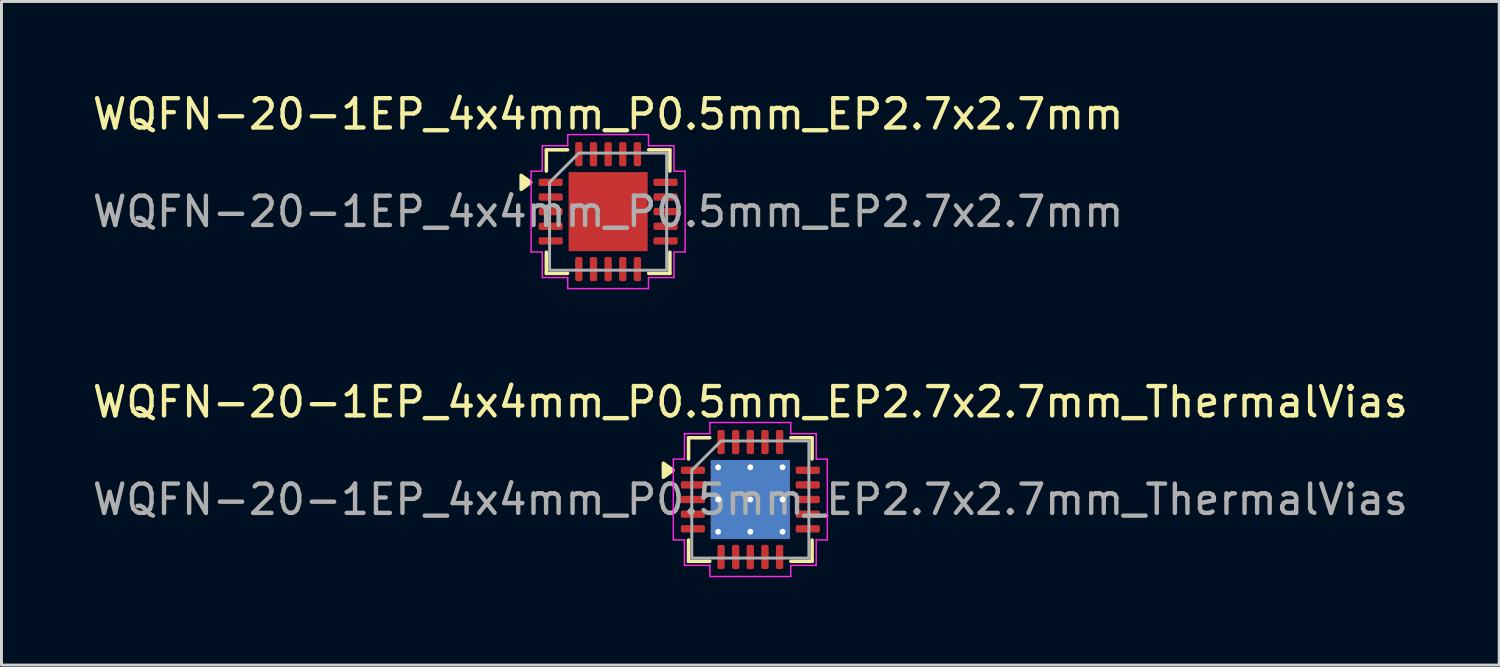
<source format=kicad_pcb>
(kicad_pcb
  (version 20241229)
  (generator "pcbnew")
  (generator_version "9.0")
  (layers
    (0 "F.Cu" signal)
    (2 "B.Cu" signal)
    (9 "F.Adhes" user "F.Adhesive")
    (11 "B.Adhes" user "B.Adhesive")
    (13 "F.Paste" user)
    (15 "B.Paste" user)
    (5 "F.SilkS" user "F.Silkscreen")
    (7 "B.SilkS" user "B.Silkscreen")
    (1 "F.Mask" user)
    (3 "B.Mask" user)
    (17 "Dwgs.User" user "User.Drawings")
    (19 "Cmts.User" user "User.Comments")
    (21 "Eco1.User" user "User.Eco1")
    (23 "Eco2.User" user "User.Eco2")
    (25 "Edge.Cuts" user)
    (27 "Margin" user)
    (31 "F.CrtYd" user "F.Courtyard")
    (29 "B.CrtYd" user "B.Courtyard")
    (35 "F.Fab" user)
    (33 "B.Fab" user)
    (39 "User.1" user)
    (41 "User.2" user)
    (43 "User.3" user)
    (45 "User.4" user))
  (footprint "WQFN-20-1EP_4x4mm_P0.5mm_EP2.7x2.7mm_ThermalVias"
    (layer "F.Cu")
    (at 22.577 14.011)
    (property "Reference" "WQFN-20-1EP_4x4mm_P0.5mm_EP2.7x2.7mm_ThermalVias" (at 0 -3.33 0) (layer "F.SilkS") (effects (font (size 1 1) (thickness 0.15))))
    (attr smd)
    (fp_line (start -2.11 -2.11) (end -1.385 -2.11) (stroke (width 0.12) (type solid)) (layer "F.SilkS"))
    (fp_line (start -2.11 -1.385) (end -2.11 -2.11) (stroke (width 0.12) (type solid)) (layer "F.SilkS"))
    (fp_line (start -2.11 2.11) (end -2.11 1.385) (stroke (width 0.12) (type solid)) (layer "F.SilkS"))
    (fp_line (start -1.385 2.11) (end -2.11 2.11) (stroke (width 0.12) (type solid)) (layer "F.SilkS"))
    (fp_line (start 1.385 -2.11) (end 2.11 -2.11) (stroke (width 0.12) (type solid)) (layer "F.SilkS"))
    (fp_line (start 2.11 -2.11) (end 2.11 -1.385) (stroke (width 0.12) (type solid)) (layer "F.SilkS"))
    (fp_line (start 2.11 1.385) (end 2.11 2.11) (stroke (width 0.12) (type solid)) (layer "F.SilkS"))
    (fp_line (start 2.11 2.11) (end 1.385 2.11) (stroke (width 0.12) (type solid)) (layer "F.SilkS"))
    (fp_poly (pts (xy -2.64 -1) (xy -2.97 -0.76) (xy -2.97 -1.24)) (stroke (width 0.12) (type solid)) (fill yes) (layer "F.SilkS"))
    (fp_line (start -2.63 -1.38) (end -2.25 -1.38) (stroke (width 0.05) (type solid)) (layer "F.CrtYd"))
    (fp_line (start -2.63 1.38) (end -2.63 -1.38) (stroke (width 0.05) (type solid)) (layer "F.CrtYd"))
    (fp_line (start -2.25 -2.25) (end -1.38 -2.25) (stroke (width 0.05) (type solid)) (layer "F.CrtYd"))
    (fp_line (start -2.25 -1.38) (end -2.25 -2.25) (stroke (width 0.05) (type solid)) (layer "F.CrtYd"))
    (fp_line (start -2.25 1.38) (end -2.63 1.38) (stroke (width 0.05) (type solid)) (layer "F.CrtYd"))
    (fp_line (start -2.25 2.25) (end -2.25 1.38) (stroke (width 0.05) (type solid)) (layer "F.CrtYd"))
    (fp_line (start -1.38 -2.63) (end 1.38 -2.63) (stroke (width 0.05) (type solid)) (layer "F.CrtYd"))
    (fp_line (start -1.38 -2.25) (end -1.38 -2.63) (stroke (width 0.05) (type solid)) (layer "F.CrtYd"))
    (fp_line (start -1.38 2.25) (end -2.25 2.25) (stroke (width 0.05) (type solid)) (layer "F.CrtYd"))
    (fp_line (start -1.38 2.63) (end -1.38 2.25) (stroke (width 0.05) (type solid)) (layer "F.CrtYd"))
    (fp_line (start 1.38 -2.63) (end 1.38 -2.25) (stroke (width 0.05) (type solid)) (layer "F.CrtYd"))
    (fp_line (start 1.38 -2.25) (end 2.25 -2.25) (stroke (width 0.05) (type solid)) (layer "F.CrtYd"))
    (fp_line (start 1.38 2.25) (end 1.38 2.63) (stroke (width 0.05) (type solid)) (layer "F.CrtYd"))
    (fp_line (start 1.38 2.63) (end -1.38 2.63) (stroke (width 0.05) (type solid)) (layer "F.CrtYd"))
    (fp_line (start 2.25 -2.25) (end 2.25 -1.38) (stroke (width 0.05) (type solid)) (layer "F.CrtYd"))
    (fp_line (start 2.25 -1.38) (end 2.63 -1.38) (stroke (width 0.05) (type solid)) (layer "F.CrtYd"))
    (fp_line (start 2.25 1.38) (end 2.25 2.25) (stroke (width 0.05) (type solid)) (layer "F.CrtYd"))
    (fp_line (start 2.25 2.25) (end 1.38 2.25) (stroke (width 0.05) (type solid)) (layer "F.CrtYd"))
    (fp_line (start 2.63 -1.38) (end 2.63 1.38) (stroke (width 0.05) (type solid)) (layer "F.CrtYd"))
    (fp_line (start 2.63 1.38) (end 2.25 1.38) (stroke (width 0.05) (type solid)) (layer "F.CrtYd"))
    (fp_poly (pts (xy -1 -2) (xy 2 -2) (xy 2 2) (xy -2 2) (xy -2 -1)) (stroke (width 0.1) (type solid)) (fill no) (layer "F.Fab"))
    (fp_text user "${REFERENCE}" (at 0 0 0) (layer "F.Fab") (effects (font (size 1 1) (thickness 0.15))))
    (pad "" smd roundrect (at -0.675 -0.675) (size 1.09 1.09) (layers "F.Paste") (roundrect_rratio 0.229))
    (pad "" smd roundrect (at -0.675 0.675) (size 1.09 1.09) (layers "F.Paste") (roundrect_rratio 0.229))
    (pad "" smd roundrect (at 0.675 -0.675) (size 1.09 1.09) (layers "F.Paste") (roundrect_rratio 0.229))
    (pad "" smd roundrect (at 0.675 0.675) (size 1.09 1.09) (layers "F.Paste") (roundrect_rratio 0.229))
    (pad "1" smd roundrect (at -1.962 -1) (size 0.825 0.25) (layers "F.Cu" "F.Mask" "F.Paste") (roundrect_rratio 0.25))
    (pad "2" smd roundrect (at -1.962 -0.5) (size 0.825 0.25) (layers "F.Cu" "F.Mask" "F.Paste") (roundrect_rratio 0.25))
    (pad "3" smd roundrect (at -1.962 0) (size 0.825 0.25) (layers "F.Cu" "F.Mask" "F.Paste") (roundrect_rratio 0.25))
    (pad "4" smd roundrect (at -1.962 0.5) (size 0.825 0.25) (layers "F.Cu" "F.Mask" "F.Paste") (roundrect_rratio 0.25))
    (pad "5" smd roundrect (at -1.962 1) (size 0.825 0.25) (layers "F.Cu" "F.Mask" "F.Paste") (roundrect_rratio 0.25))
    (pad "6" smd roundrect (at -1 1.962) (size 0.25 0.825) (layers "F.Cu" "F.Mask" "F.Paste") (roundrect_rratio 0.25))
    (pad "7" smd roundrect (at -0.5 1.962) (size 0.25 0.825) (layers "F.Cu" "F.Mask" "F.Paste") (roundrect_rratio 0.25))
    (pad "8" smd roundrect (at 0 1.962) (size 0.25 0.825) (layers "F.Cu" "F.Mask" "F.Paste") (roundrect_rratio 0.25))
    (pad "9" smd roundrect (at 0.5 1.962) (size 0.25 0.825) (layers "F.Cu" "F.Mask" "F.Paste") (roundrect_rratio 0.25))
    (pad "10" smd roundrect (at 1 1.962) (size 0.25 0.825) (layers "F.Cu" "F.Mask" "F.Paste") (roundrect_rratio 0.25))
    (pad "11" smd roundrect (at 1.962 1) (size 0.825 0.25) (layers "F.Cu" "F.Mask" "F.Paste") (roundrect_rratio 0.25))
    (pad "12" smd roundrect (at 1.962 0.5) (size 0.825 0.25) (layers "F.Cu" "F.Mask" "F.Paste") (roundrect_rratio 0.25))
    (pad "13" smd roundrect (at 1.962 0) (size 0.825 0.25) (layers "F.Cu" "F.Mask" "F.Paste") (roundrect_rratio 0.25))
    (pad "14" smd roundrect (at 1.962 -0.5) (size 0.825 0.25) (layers "F.Cu" "F.Mask" "F.Paste") (roundrect_rratio 0.25))
    (pad "15" smd roundrect (at 1.962 -1) (size 0.825 0.25) (layers "F.Cu" "F.Mask" "F.Paste") (roundrect_rratio 0.25))
    (pad "16" smd roundrect (at 1 -1.962) (size 0.25 0.825) (layers "F.Cu" "F.Mask" "F.Paste") (roundrect_rratio 0.25))
    (pad "17" smd roundrect (at 0.5 -1.962) (size 0.25 0.825) (layers "F.Cu" "F.Mask" "F.Paste") (roundrect_rratio 0.25))
    (pad "18" smd roundrect (at 0 -1.962) (size 0.25 0.825) (layers "F.Cu" "F.Mask" "F.Paste") (roundrect_rratio 0.25))
    (pad "19" smd roundrect (at -0.5 -1.962) (size 0.25 0.825) (layers "F.Cu" "F.Mask" "F.Paste") (roundrect_rratio 0.25))
    (pad "20" smd roundrect (at -1 -1.962) (size 0.25 0.825) (layers "F.Cu" "F.Mask" "F.Paste") (roundrect_rratio 0.25))
    (pad "21" thru_hole circle (at -1.1 -1.1) (size 0.5 0.5) (drill 0.2) (property pad_prop_heatsink) (layers "*.Cu"))
    (pad "21" thru_hole circle (at -1.1 0) (size 0.5 0.5) (drill 0.2) (property pad_prop_heatsink) (layers "*.Cu"))
    (pad "21" thru_hole circle (at -1.1 1.1) (size 0.5 0.5) (drill 0.2) (property pad_prop_heatsink) (layers "*.Cu"))
    (pad "21" thru_hole circle (at 0 -1.1) (size 0.5 0.5) (drill 0.2) (property pad_prop_heatsink) (layers "*.Cu"))
    (pad "21" thru_hole circle (at 0 0) (size 0.5 0.5) (drill 0.2) (property pad_prop_heatsink) (layers "*.Cu"))
    (pad "21" smd rect (at 0 0) (size 2.7 2.7) (property pad_prop_heatsink) (layers "F.Cu" "F.Mask"))
    (pad "21" smd rect (at 0 0) (size 2.7 2.7) (property pad_prop_heatsink) (layers "B.Cu"))
    (pad "21" thru_hole circle (at 0 1.1) (size 0.5 0.5) (drill 0.2) (property pad_prop_heatsink) (layers "*.Cu"))
    (pad "21" thru_hole circle (at 1.1 -1.1) (size 0.5 0.5) (drill 0.2) (property pad_prop_heatsink) (layers "*.Cu"))
    (pad "21" thru_hole circle (at 1.1 0) (size 0.5 0.5) (drill 0.2) (property pad_prop_heatsink) (layers "*.Cu"))
    (pad "21" thru_hole circle (at 1.1 1.1) (size 0.5 0.5) (drill 0.2) (property pad_prop_heatsink) (layers "*.Cu")))
  (footprint "WQFN-20-1EP_4x4mm_P0.5mm_EP2.7x2.7mm"
    (layer "F.Cu")
    (at 17.72 4.178)
    (property "Reference" "WQFN-20-1EP_4x4mm_P0.5mm_EP2.7x2.7mm" (at 0 -3.33 0) (layer "F.SilkS") (effects (font (size 1 1) (thickness 0.15))))
    (attr smd)
    (fp_line (start -2.11 -2.11) (end -1.385 -2.11) (stroke (width 0.12) (type solid)) (layer "F.SilkS"))
    (fp_line (start -2.11 -1.385) (end -2.11 -2.11) (stroke (width 0.12) (type solid)) (layer "F.SilkS"))
    (fp_line (start -2.11 2.11) (end -2.11 1.385) (stroke (width 0.12) (type solid)) (layer "F.SilkS"))
    (fp_line (start -1.385 2.11) (end -2.11 2.11) (stroke (width 0.12) (type solid)) (layer "F.SilkS"))
    (fp_line (start 1.385 -2.11) (end 2.11 -2.11) (stroke (width 0.12) (type solid)) (layer "F.SilkS"))
    (fp_line (start 2.11 -2.11) (end 2.11 -1.385) (stroke (width 0.12) (type solid)) (layer "F.SilkS"))
    (fp_line (start 2.11 1.385) (end 2.11 2.11) (stroke (width 0.12) (type solid)) (layer "F.SilkS"))
    (fp_line (start 2.11 2.11) (end 1.385 2.11) (stroke (width 0.12) (type solid)) (layer "F.SilkS"))
    (fp_poly (pts (xy -2.64 -1) (xy -2.97 -0.76) (xy -2.97 -1.24)) (stroke (width 0.12) (type solid)) (fill yes) (layer "F.SilkS"))
    (fp_line (start -2.63 -1.38) (end -2.25 -1.38) (stroke (width 0.05) (type solid)) (layer "F.CrtYd"))
    (fp_line (start -2.63 1.38) (end -2.63 -1.38) (stroke (width 0.05) (type solid)) (layer "F.CrtYd"))
    (fp_line (start -2.25 -2.25) (end -1.38 -2.25) (stroke (width 0.05) (type solid)) (layer "F.CrtYd"))
    (fp_line (start -2.25 -1.38) (end -2.25 -2.25) (stroke (width 0.05) (type solid)) (layer "F.CrtYd"))
    (fp_line (start -2.25 1.38) (end -2.63 1.38) (stroke (width 0.05) (type solid)) (layer "F.CrtYd"))
    (fp_line (start -2.25 2.25) (end -2.25 1.38) (stroke (width 0.05) (type solid)) (layer "F.CrtYd"))
    (fp_line (start -1.38 -2.63) (end 1.38 -2.63) (stroke (width 0.05) (type solid)) (layer "F.CrtYd"))
    (fp_line (start -1.38 -2.25) (end -1.38 -2.63) (stroke (width 0.05) (type solid)) (layer "F.CrtYd"))
    (fp_line (start -1.38 2.25) (end -2.25 2.25) (stroke (width 0.05) (type solid)) (layer "F.CrtYd"))
    (fp_line (start -1.38 2.63) (end -1.38 2.25) (stroke (width 0.05) (type solid)) (layer "F.CrtYd"))
    (fp_line (start 1.38 -2.63) (end 1.38 -2.25) (stroke (width 0.05) (type solid)) (layer "F.CrtYd"))
    (fp_line (start 1.38 -2.25) (end 2.25 -2.25) (stroke (width 0.05) (type solid)) (layer "F.CrtYd"))
    (fp_line (start 1.38 2.25) (end 1.38 2.63) (stroke (width 0.05) (type solid)) (layer "F.CrtYd"))
    (fp_line (start 1.38 2.63) (end -1.38 2.63) (stroke (width 0.05) (type solid)) (layer "F.CrtYd"))
    (fp_line (start 2.25 -2.25) (end 2.25 -1.38) (stroke (width 0.05) (type solid)) (layer "F.CrtYd"))
    (fp_line (start 2.25 -1.38) (end 2.63 -1.38) (stroke (width 0.05) (type solid)) (layer "F.CrtYd"))
    (fp_line (start 2.25 1.38) (end 2.25 2.25) (stroke (width 0.05) (type solid)) (layer "F.CrtYd"))
    (fp_line (start 2.25 2.25) (end 1.38 2.25) (stroke (width 0.05) (type solid)) (layer "F.CrtYd"))
    (fp_line (start 2.63 -1.38) (end 2.63 1.38) (stroke (width 0.05) (type solid)) (layer "F.CrtYd"))
    (fp_line (start 2.63 1.38) (end 2.25 1.38) (stroke (width 0.05) (type solid)) (layer "F.CrtYd"))
    (fp_poly (pts (xy -1 -2) (xy 2 -2) (xy 2 2) (xy -2 2) (xy -2 -1)) (stroke (width 0.1) (type solid)) (fill no) (layer "F.Fab"))
    (fp_text user "${REFERENCE}" (at 0 0 0) (layer "F.Fab") (effects (font (size 1 1) (thickness 0.15))))
    (pad "" smd roundrect (at -0.675 -0.675) (size 1.09 1.09) (layers "F.Paste") (roundrect_rratio 0.229))
    (pad "" smd roundrect (at -0.675 0.675) (size 1.09 1.09) (layers "F.Paste") (roundrect_rratio 0.229))
    (pad "" smd roundrect (at 0.675 -0.675) (size 1.09 1.09) (layers "F.Paste") (roundrect_rratio 0.229))
    (pad "" smd roundrect (at 0.675 0.675) (size 1.09 1.09) (layers "F.Paste") (roundrect_rratio 0.229))
    (pad "1" smd roundrect (at -1.962 -1) (size 0.825 0.25) (layers "F.Cu" "F.Mask" "F.Paste") (roundrect_rratio 0.25))
    (pad "2" smd roundrect (at -1.962 -0.5) (size 0.825 0.25) (layers "F.Cu" "F.Mask" "F.Paste") (roundrect_rratio 0.25))
    (pad "3" smd roundrect (at -1.962 0) (size 0.825 0.25) (layers "F.Cu" "F.Mask" "F.Paste") (roundrect_rratio 0.25))
    (pad "4" smd roundrect (at -1.962 0.5) (size 0.825 0.25) (layers "F.Cu" "F.Mask" "F.Paste") (roundrect_rratio 0.25))
    (pad "5" smd roundrect (at -1.962 1) (size 0.825 0.25) (layers "F.Cu" "F.Mask" "F.Paste") (roundrect_rratio 0.25))
    (pad "6" smd roundrect (at -1 1.962) (size 0.25 0.825) (layers "F.Cu" "F.Mask" "F.Paste") (roundrect_rratio 0.25))
    (pad "7" smd roundrect (at -0.5 1.962) (size 0.25 0.825) (layers "F.Cu" "F.Mask" "F.Paste") (roundrect_rratio 0.25))
    (pad "8" smd roundrect (at 0 1.962) (size 0.25 0.825) (layers "F.Cu" "F.Mask" "F.Paste") (roundrect_rratio 0.25))
    (pad "9" smd roundrect (at 0.5 1.962) (size 0.25 0.825) (layers "F.Cu" "F.Mask" "F.Paste") (roundrect_rratio 0.25))
    (pad "10" smd roundrect (at 1 1.962) (size 0.25 0.825) (layers "F.Cu" "F.Mask" "F.Paste") (roundrect_rratio 0.25))
    (pad "11" smd roundrect (at 1.962 1) (size 0.825 0.25) (layers "F.Cu" "F.Mask" "F.Paste") (roundrect_rratio 0.25))
    (pad "12" smd roundrect (at 1.962 0.5) (size 0.825 0.25) (layers "F.Cu" "F.Mask" "F.Paste") (roundrect_rratio 0.25))
    (pad "13" smd roundrect (at 1.962 0) (size 0.825 0.25) (layers "F.Cu" "F.Mask" "F.Paste") (roundrect_rratio 0.25))
    (pad "14" smd roundrect (at 1.962 -0.5) (size 0.825 0.25) (layers "F.Cu" "F.Mask" "F.Paste") (roundrect_rratio 0.25))
    (pad "15" smd roundrect (at 1.962 -1) (size 0.825 0.25) (layers "F.Cu" "F.Mask" "F.Paste") (roundrect_rratio 0.25))
    (pad "16" smd roundrect (at 1 -1.962) (size 0.25 0.825) (layers "F.Cu" "F.Mask" "F.Paste") (roundrect_rratio 0.25))
    (pad "17" smd roundrect (at 0.5 -1.962) (size 0.25 0.825) (layers "F.Cu" "F.Mask" "F.Paste") (roundrect_rratio 0.25))
    (pad "18" smd roundrect (at 0 -1.962) (size 0.25 0.825) (layers "F.Cu" "F.Mask" "F.Paste") (roundrect_rratio 0.25))
    (pad "19" smd roundrect (at -0.5 -1.962) (size 0.25 0.825) (layers "F.Cu" "F.Mask" "F.Paste") (roundrect_rratio 0.25))
    (pad "20" smd roundrect (at -1 -1.962) (size 0.25 0.825) (layers "F.Cu" "F.Mask" "F.Paste") (roundrect_rratio 0.25))
    (pad "21" smd rect (at 0 0) (size 2.7 2.7) (property pad_prop_heatsink) (layers "F.Cu" "F.Mask")))
  (gr_rect
    (start -3 -3)
    (end 48.155 19.666)
    (stroke (width 0.1) (type default))
    (fill no)
    (layer "Edge.Cuts")))
</source>
